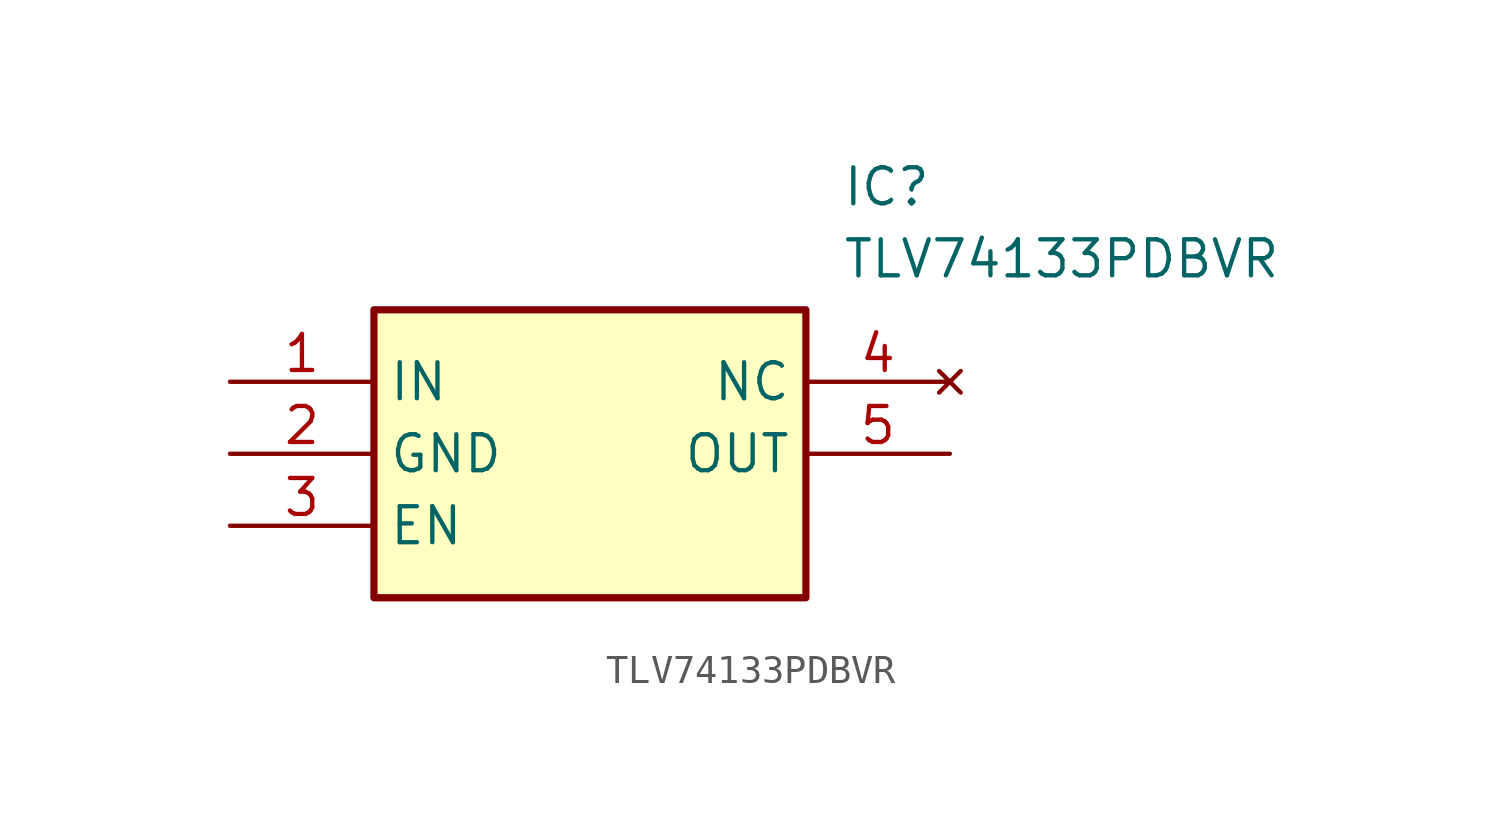
<source format=kicad_sym>
(kicad_symbol_lib
  (version 20211014)
  (generator SamacSys_ECAD_Model)
  (symbol "TLV74133PDBVR"
    (property "Reference" "IC"
      (at 21.59 7.62 0)
      (effects (font (size 1.27 1.27)) (justify left top)))
    (property "Value" "TLV74133PDBVR"
      (at 21.59 5.08 0)
      (effects (font (size 1.27 1.27)) (justify left top)))
    (rectangle
      (start 5.08 2.54)
      (end 20.32 -7.62)
      (stroke (width 0.254) (type default))
      (fill (type background)))
    (pin passive line
      (at 0 0 0)
      (length 5.08)
      (name "IN" (effects (font (size 1.27 1.27))))
      (number "1" (effects (font (size 1.27 1.27)))))
    (pin passive line
      (at 0 -2.54 0)
      (length 5.08)
      (name "GND" (effects (font (size 1.27 1.27))))
      (number "2" (effects (font (size 1.27 1.27)))))
    (pin passive line
      (at 0 -5.08 0)
      (length 5.08)
      (name "EN" (effects (font (size 1.27 1.27))))
      (number "3" (effects (font (size 1.27 1.27)))))
    (pin no_connect line
      (at 25.4 0 180)
      (length 5.08)
      (name "NC" (effects (font (size 1.27 1.27))))
      (number "4" (effects (font (size 1.27 1.27)))))
    (pin passive line
      (at 25.4 -2.54 180)
      (length 5.08)
      (name "OUT" (effects (font (size 1.27 1.27))))
      (number "5" (effects (font (size 1.27 1.27)))))))
</source>
